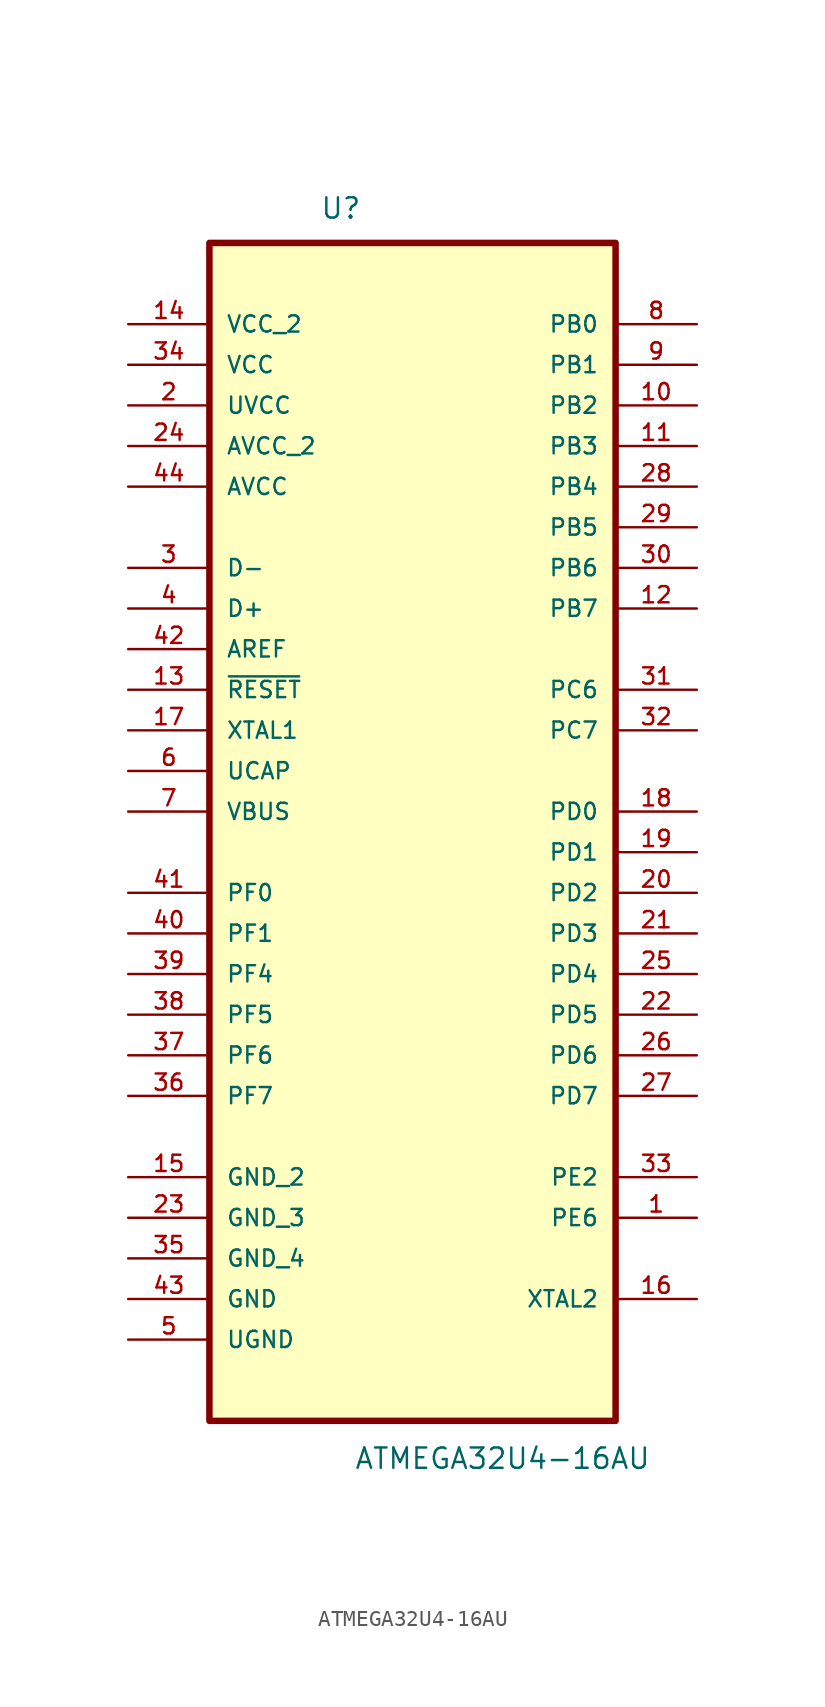
<source format=kicad_sym>
(kicad_symbol_lib
  (version 20211014)
  (generator kicad_symbol_editor)
  (symbol "ATMEGA32U4-16AU"
    (pin_names
      (offset 1.016))
    (property "Reference" "U"
      (at -5.791 34.442 0)
      (effects (font (size 1.27 1.27)) (justify left bottom)))
    (property "Value" "ATMEGA32U4-16AU"
      (at -3.658 -43.739 0)
      (effects (font (size 1.27 1.27)) (justify left bottom)))
    (property "ki_locked" ""
      (at 0 0 0)
      (effects (font (size 1.27 1.27))))
    (symbol "ATMEGA32U4-16AU_0_0"
      (rectangle (start -12.7 -40.64) (end 12.7 33.02) (stroke (width 0.406) (type default) (color 0 0 0 0)) (fill (type background)))
      (pin bidirectional line (at 17.78 -27.94 180) (length 5.08) (name "PE6" (effects (font (size 1.016 1.016)))) (number "1" (effects (font (size 1.016 1.016)))))
      (pin bidirectional line (at 17.78 22.86 180) (length 5.08) (name "PB2" (effects (font (size 1.016 1.016)))) (number "10" (effects (font (size 1.016 1.016)))))
      (pin bidirectional line (at 17.78 20.32 180) (length 5.08) (name "PB3" (effects (font (size 1.016 1.016)))) (number "11" (effects (font (size 1.016 1.016)))))
      (pin bidirectional line (at 17.78 10.16 180) (length 5.08) (name "PB7" (effects (font (size 1.016 1.016)))) (number "12" (effects (font (size 1.016 1.016)))))
      (pin input line (at -17.78 5.08 0) (length 5.08) (name "~{RESET}" (effects (font (size 1.016 1.016)))) (number "13" (effects (font (size 1.016 1.016)))))
      (pin power_in line (at -17.78 27.94 0) (length 5.08) (name "VCC_2" (effects (font (size 1.016 1.016)))) (number "14" (effects (font (size 1.016 1.016)))))
      (pin passive line (at -17.78 -25.4 0) (length 5.08) (name "GND_2" (effects (font (size 1.016 1.016)))) (number "15" (effects (font (size 1.016 1.016)))))
      (pin output line (at 17.78 -33.02 180) (length 5.08) (name "XTAL2" (effects (font (size 1.016 1.016)))) (number "16" (effects (font (size 1.016 1.016)))))
      (pin input line (at -17.78 2.54 0) (length 5.08) (name "XTAL1" (effects (font (size 1.016 1.016)))) (number "17" (effects (font (size 1.016 1.016)))))
      (pin bidirectional line (at 17.78 -2.54 180) (length 5.08) (name "PD0" (effects (font (size 1.016 1.016)))) (number "18" (effects (font (size 1.016 1.016)))))
      (pin bidirectional line (at 17.78 -5.08 180) (length 5.08) (name "PD1" (effects (font (size 1.016 1.016)))) (number "19" (effects (font (size 1.016 1.016)))))
      (pin power_in line (at -17.78 22.86 0) (length 5.08) (name "UVCC" (effects (font (size 1.016 1.016)))) (number "2" (effects (font (size 1.016 1.016)))))
      (pin bidirectional line (at 17.78 -7.62 180) (length 5.08) (name "PD2" (effects (font (size 1.016 1.016)))) (number "20" (effects (font (size 1.016 1.016)))))
      (pin bidirectional line (at 17.78 -10.16 180) (length 5.08) (name "PD3" (effects (font (size 1.016 1.016)))) (number "21" (effects (font (size 1.016 1.016)))))
      (pin bidirectional line (at 17.78 -15.24 180) (length 5.08) (name "PD5" (effects (font (size 1.016 1.016)))) (number "22" (effects (font (size 1.016 1.016)))))
      (pin passive line (at -17.78 -27.94 0) (length 5.08) (name "GND_3" (effects (font (size 1.016 1.016)))) (number "23" (effects (font (size 1.016 1.016)))))
      (pin power_in line (at -17.78 20.32 0) (length 5.08) (name "AVCC_2" (effects (font (size 1.016 1.016)))) (number "24" (effects (font (size 1.016 1.016)))))
      (pin bidirectional line (at 17.78 -12.7 180) (length 5.08) (name "PD4" (effects (font (size 1.016 1.016)))) (number "25" (effects (font (size 1.016 1.016)))))
      (pin bidirectional line (at 17.78 -17.78 180) (length 5.08) (name "PD6" (effects (font (size 1.016 1.016)))) (number "26" (effects (font (size 1.016 1.016)))))
      (pin bidirectional line (at 17.78 -20.32 180) (length 5.08) (name "PD7" (effects (font (size 1.016 1.016)))) (number "27" (effects (font (size 1.016 1.016)))))
      (pin bidirectional line (at 17.78 17.78 180) (length 5.08) (name "PB4" (effects (font (size 1.016 1.016)))) (number "28" (effects (font (size 1.016 1.016)))))
      (pin bidirectional line (at 17.78 15.24 180) (length 5.08) (name "PB5" (effects (font (size 1.016 1.016)))) (number "29" (effects (font (size 1.016 1.016)))))
      (pin passive line (at -17.78 12.7 0) (length 5.08) (name "D-" (effects (font (size 1.016 1.016)))) (number "3" (effects (font (size 1.016 1.016)))))
      (pin bidirectional line (at 17.78 12.7 180) (length 5.08) (name "PB6" (effects (font (size 1.016 1.016)))) (number "30" (effects (font (size 1.016 1.016)))))
      (pin bidirectional line (at 17.78 5.08 180) (length 5.08) (name "PC6" (effects (font (size 1.016 1.016)))) (number "31" (effects (font (size 1.016 1.016)))))
      (pin bidirectional line (at 17.78 2.54 180) (length 5.08) (name "PC7" (effects (font (size 1.016 1.016)))) (number "32" (effects (font (size 1.016 1.016)))))
      (pin bidirectional line (at 17.78 -25.4 180) (length 5.08) (name "PE2" (effects (font (size 1.016 1.016)))) (number "33" (effects (font (size 1.016 1.016)))))
      (pin power_in line (at -17.78 25.4 0) (length 5.08) (name "VCC" (effects (font (size 1.016 1.016)))) (number "34" (effects (font (size 1.016 1.016)))))
      (pin passive line (at -17.78 -30.48 0) (length 5.08) (name "GND_4" (effects (font (size 1.016 1.016)))) (number "35" (effects (font (size 1.016 1.016)))))
      (pin bidirectional line (at -17.78 -20.32 0) (length 5.08) (name "PF7" (effects (font (size 1.016 1.016)))) (number "36" (effects (font (size 1.016 1.016)))))
      (pin bidirectional line (at -17.78 -17.78 0) (length 5.08) (name "PF6" (effects (font (size 1.016 1.016)))) (number "37" (effects (font (size 1.016 1.016)))))
      (pin bidirectional line (at -17.78 -15.24 0) (length 5.08) (name "PF5" (effects (font (size 1.016 1.016)))) (number "38" (effects (font (size 1.016 1.016)))))
      (pin bidirectional line (at -17.78 -12.7 0) (length 5.08) (name "PF4" (effects (font (size 1.016 1.016)))) (number "39" (effects (font (size 1.016 1.016)))))
      (pin passive line (at -17.78 10.16 0) (length 5.08) (name "D+" (effects (font (size 1.016 1.016)))) (number "4" (effects (font (size 1.016 1.016)))))
      (pin bidirectional line (at -17.78 -10.16 0) (length 5.08) (name "PF1" (effects (font (size 1.016 1.016)))) (number "40" (effects (font (size 1.016 1.016)))))
      (pin bidirectional line (at -17.78 -7.62 0) (length 5.08) (name "PF0" (effects (font (size 1.016 1.016)))) (number "41" (effects (font (size 1.016 1.016)))))
      (pin input line (at -17.78 7.62 0) (length 5.08) (name "AREF" (effects (font (size 1.016 1.016)))) (number "42" (effects (font (size 1.016 1.016)))))
      (pin passive line (at -17.78 -33.02 0) (length 5.08) (name "GND" (effects (font (size 1.016 1.016)))) (number "43" (effects (font (size 1.016 1.016)))))
      (pin power_in line (at -17.78 17.78 0) (length 5.08) (name "AVCC" (effects (font (size 1.016 1.016)))) (number "44" (effects (font (size 1.016 1.016)))))
      (pin passive line (at -17.78 -35.56 0) (length 5.08) (name "UGND" (effects (font (size 1.016 1.016)))) (number "5" (effects (font (size 1.016 1.016)))))
      (pin power_in line (at -17.78 0 0) (length 5.08) (name "UCAP" (effects (font (size 1.016 1.016)))) (number "6" (effects (font (size 1.016 1.016)))))
      (pin input line (at -17.78 -2.54 0) (length 5.08) (name "VBUS" (effects (font (size 1.016 1.016)))) (number "7" (effects (font (size 1.016 1.016)))))
      (pin bidirectional line (at 17.78 27.94 180) (length 5.08) (name "PB0" (effects (font (size 1.016 1.016)))) (number "8" (effects (font (size 1.016 1.016)))))
      (pin bidirectional line (at 17.78 25.4 180) (length 5.08) (name "PB1" (effects (font (size 1.016 1.016)))) (number "9" (effects (font (size 1.016 1.016))))))))
</source>
